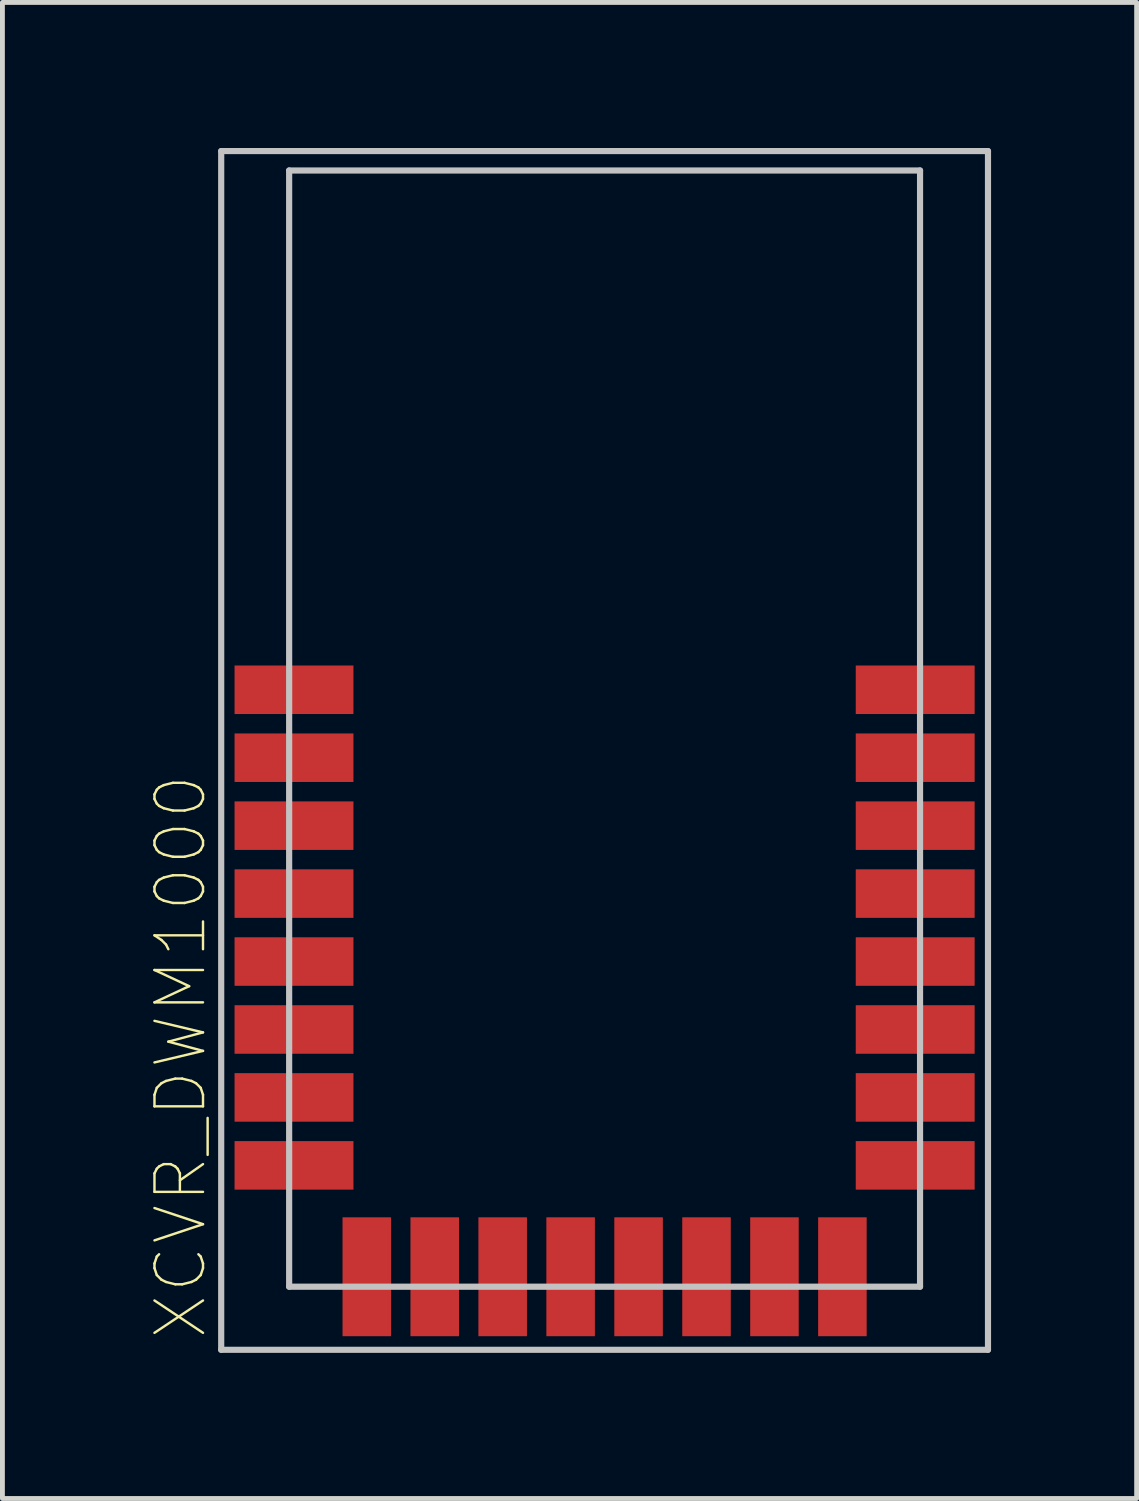
<source format=kicad_pcb>
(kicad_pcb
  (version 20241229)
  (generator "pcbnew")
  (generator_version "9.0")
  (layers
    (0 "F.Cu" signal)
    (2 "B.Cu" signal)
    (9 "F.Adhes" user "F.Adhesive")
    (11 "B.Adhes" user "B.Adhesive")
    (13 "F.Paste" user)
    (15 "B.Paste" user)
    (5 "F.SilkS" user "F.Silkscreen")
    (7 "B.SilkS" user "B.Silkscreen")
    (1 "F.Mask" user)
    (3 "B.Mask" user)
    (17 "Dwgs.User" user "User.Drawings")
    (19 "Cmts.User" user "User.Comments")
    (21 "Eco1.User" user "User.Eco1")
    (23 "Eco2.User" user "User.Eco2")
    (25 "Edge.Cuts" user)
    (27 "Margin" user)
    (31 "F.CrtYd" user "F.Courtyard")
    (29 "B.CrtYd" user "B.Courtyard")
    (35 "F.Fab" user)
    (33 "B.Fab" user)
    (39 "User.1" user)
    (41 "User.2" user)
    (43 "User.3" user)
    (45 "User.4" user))
  (footprint "XCVR_DWM1000"
    (layer "F.Cu")
    (at 9.408 12.963)
    (property "Reference" "XCVR_DWM1000" (at -8.735 5.76 90) (layer "F.SilkS") (effects (font (size 1 1) (thickness 0.05))))
    (attr smd)
    (fp_line (start -7.9 -12.9) (end -7.9 11.8) (stroke (width 0.127) (type solid)) (layer "Dwgs.User"))
    (fp_line (start -7.9 11.8) (end 7.9 11.8) (stroke (width 0.127) (type solid)) (layer "Dwgs.User"))
    (fp_line (start -6.5 -12.5) (end -6.5 10.5) (stroke (width 0.127) (type solid)) (layer "Dwgs.User"))
    (fp_line (start -6.5 10.5) (end 6.5 10.5) (stroke (width 0.127) (type solid)) (layer "Dwgs.User"))
    (fp_line (start 6.5 -12.5) (end -6.5 -12.5) (stroke (width 0.127) (type solid)) (layer "Dwgs.User"))
    (fp_line (start 6.5 10.5) (end 6.5 -12.5) (stroke (width 0.127) (type solid)) (layer "Dwgs.User"))
    (fp_line (start 7.9 -12.9) (end -7.9 -12.9) (stroke (width 0.127) (type solid)) (layer "Dwgs.User"))
    (fp_line (start 7.9 11.8) (end 7.9 -12.9) (stroke (width 0.127) (type solid)) (layer "Dwgs.User"))
    (pad "1" smd rect (at -6.4 -1.8 90) (size 1 2.45) (layers "F.Cu" "F.Mask" "F.Paste"))
    (pad "2" smd rect (at -6.4 -0.4 90) (size 1 2.45) (layers "F.Cu" "F.Mask" "F.Paste"))
    (pad "3" smd rect (at -6.4 1 90) (size 1 2.45) (layers "F.Cu" "F.Mask" "F.Paste"))
    (pad "4" smd rect (at -6.4 2.4 90) (size 1 2.45) (layers "F.Cu" "F.Mask" "F.Paste"))
    (pad "5" smd rect (at -6.4 3.8 90) (size 1 2.45) (layers "F.Cu" "F.Mask" "F.Paste"))
    (pad "6" smd rect (at -6.4 5.2 90) (size 1 2.45) (layers "F.Cu" "F.Mask" "F.Paste"))
    (pad "7" smd rect (at -6.4 6.6 90) (size 1 2.45) (layers "F.Cu" "F.Mask" "F.Paste"))
    (pad "8" smd rect (at -6.4 8 90) (size 1 2.45) (layers "F.Cu" "F.Mask" "F.Paste"))
    (pad "9" smd rect (at -4.9 10.295 180) (size 1 2.45) (layers "F.Cu" "F.Mask" "F.Paste"))
    (pad "10" smd rect (at -3.5 10.295 180) (size 1 2.45) (layers "F.Cu" "F.Mask" "F.Paste"))
    (pad "11" smd rect (at -2.1 10.295 180) (size 1 2.45) (layers "F.Cu" "F.Mask" "F.Paste"))
    (pad "12" smd rect (at -0.7 10.295 180) (size 1 2.45) (layers "F.Cu" "F.Mask" "F.Paste"))
    (pad "13" smd rect (at 0.7 10.295 180) (size 1 2.45) (layers "F.Cu" "F.Mask" "F.Paste"))
    (pad "14" smd rect (at 2.1 10.295 180) (size 1 2.45) (layers "F.Cu" "F.Mask" "F.Paste"))
    (pad "15" smd rect (at 3.5 10.295 180) (size 1 2.45) (layers "F.Cu" "F.Mask" "F.Paste"))
    (pad "16" smd rect (at 4.9 10.295 180) (size 1 2.45) (layers "F.Cu" "F.Mask" "F.Paste"))
    (pad "17" smd rect (at 6.4 8 270) (size 1 2.45) (layers "F.Cu" "F.Mask" "F.Paste"))
    (pad "18" smd rect (at 6.4 6.6 270) (size 1 2.45) (layers "F.Cu" "F.Mask" "F.Paste"))
    (pad "19" smd rect (at 6.4 5.2 270) (size 1 2.45) (layers "F.Cu" "F.Mask" "F.Paste"))
    (pad "20" smd rect (at 6.4 3.8 270) (size 1 2.45) (layers "F.Cu" "F.Mask" "F.Paste"))
    (pad "21" smd rect (at 6.4 2.4 270) (size 1 2.45) (layers "F.Cu" "F.Mask" "F.Paste"))
    (pad "22" smd rect (at 6.4 1 270) (size 1 2.45) (layers "F.Cu" "F.Mask" "F.Paste"))
    (pad "23" smd rect (at 6.4 -0.4 270) (size 1 2.45) (layers "F.Cu" "F.Mask" "F.Paste"))
    (pad "24" smd rect (at 6.4 -1.8 270) (size 1 2.45) (layers "F.Cu" "F.Mask" "F.Paste")))
  (gr_rect
    (start -3 -3)
    (end 20.371 27.827)
    (stroke (width 0.1) (type default))
    (fill no)
    (layer "Edge.Cuts")))
</source>
